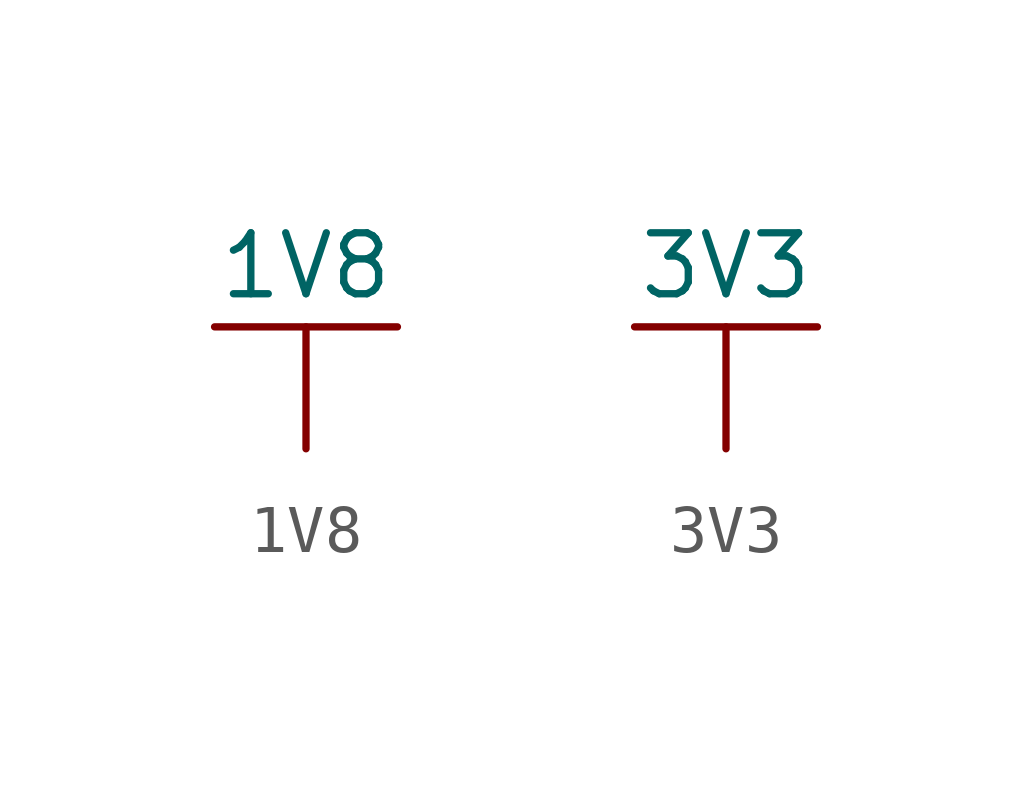
<source format=kicad_sym>
(kicad_symbol_lib
  (version 20220914)
  (generator kicad_symbol_editor)
  (symbol "1V8"
    (power)
    (property "Reference" "#PWR"
      (at -0.635 -3.175 0)
      (effects (font (size 1.27 1.27)) hide))
    (property "Value" "1V8"
      (at 0 3.81 0)
      (do_not_autoplace)
      (effects (font (size 1.27 1.27))))
    (symbol "1V8_0_1"
      (polyline (pts (xy -1.905 2.54) (xy 1.905 2.54)) (stroke (width 0.152) (type default)) (fill (type none)))
      (polyline (pts (xy 0 0) (xy 0 2.54)) (stroke (width 0.152) (type default)) (fill (type none))))
    (symbol "1V8_1_1"
      (pin power_in line (at 0 0 90) (length 0) hide (name "1V8" (effects (font (size 1.27 1.27)))) (number "1" (effects (font (size 1.27 1.27)))))))
  (symbol "3V3"
    (power)
    (property "Reference" "#PWR"
      (at -0.635 -3.175 0)
      (effects (font (size 1.27 1.27)) hide))
    (property "Value" "3V3"
      (at 0 3.81 0)
      (do_not_autoplace)
      (effects (font (size 1.27 1.27))))
    (symbol "3V3_0_1"
      (polyline (pts (xy -1.905 2.54) (xy 1.905 2.54)) (stroke (width 0.152) (type default)) (fill (type none)))
      (polyline (pts (xy 0 0) (xy 0 2.54)) (stroke (width 0.152) (type default)) (fill (type none))))
    (symbol "3V3_1_1"
      (pin power_in line (at 0 0 90) (length 0) hide (name "3V3" (effects (font (size 1.27 1.27)))) (number "1" (effects (font (size 1.27 1.27))))))))
</source>
